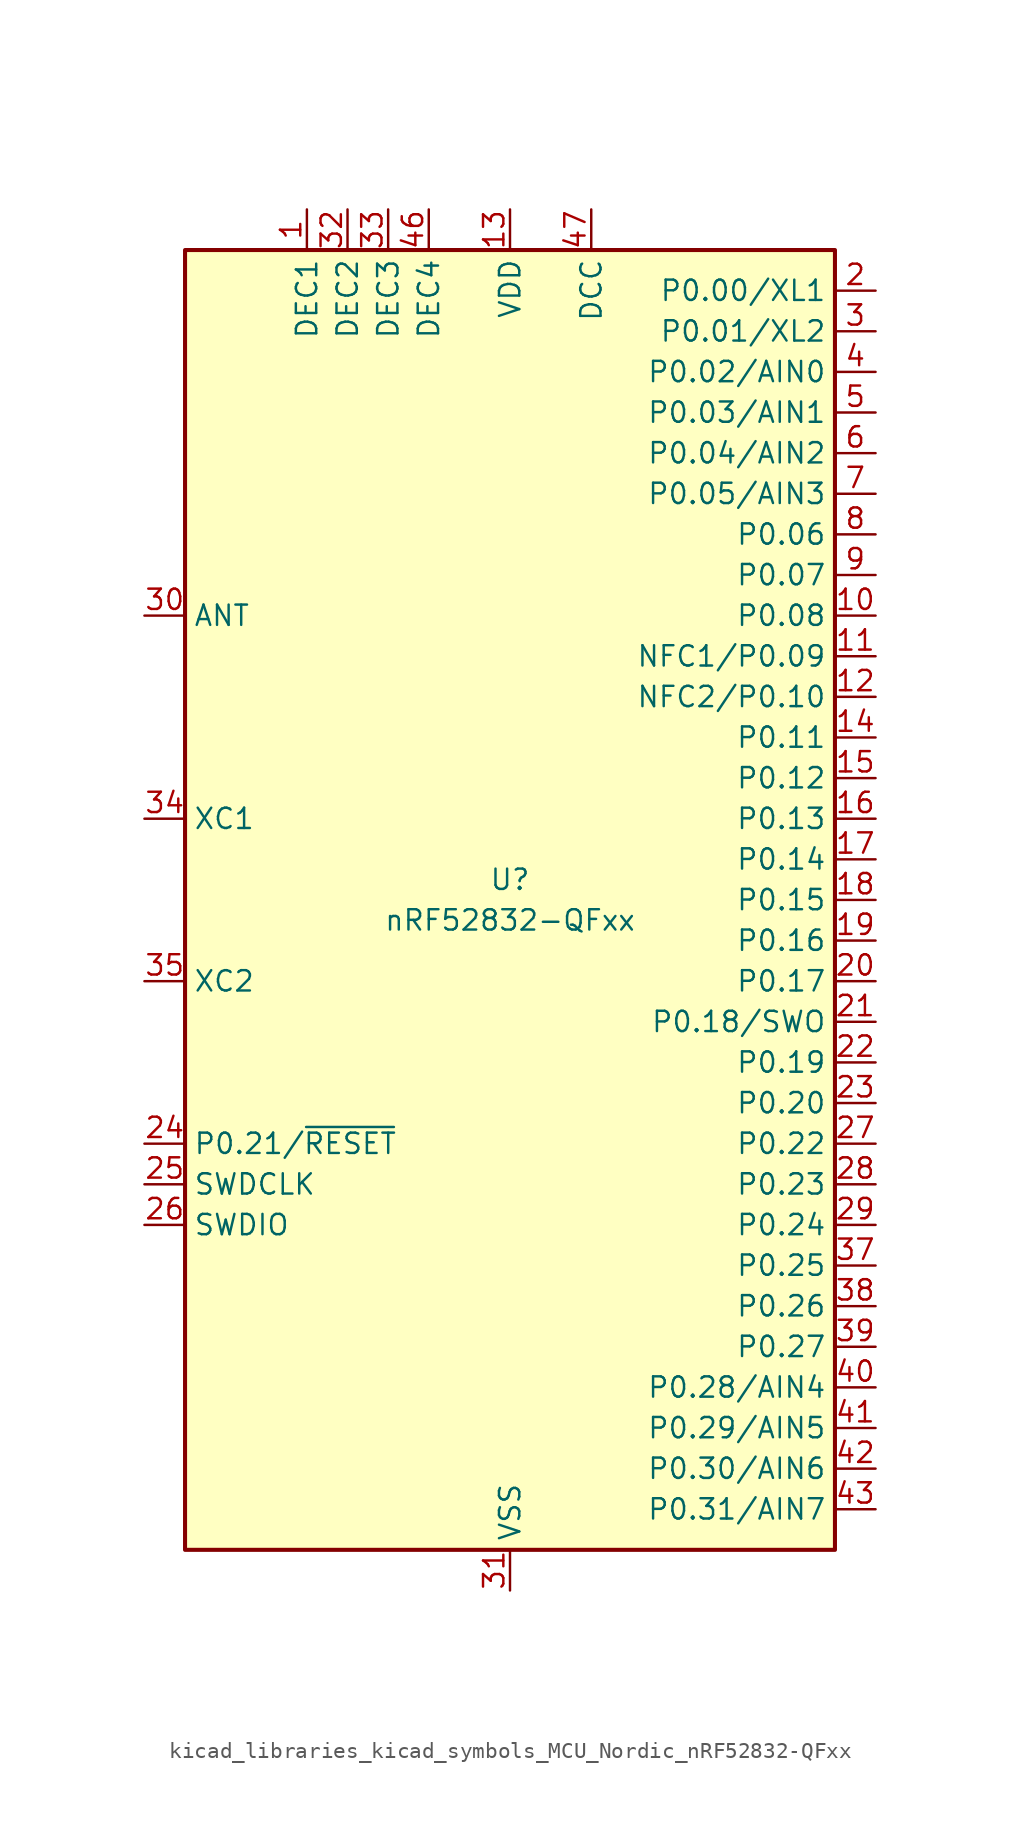
<source format=kicad_sym>
(kicad_symbol_lib
  (version 20220914)
  (generator kicad_symbol_editor)
  (symbol "kicad_libraries_kicad_symbols_MCU_Nordic_nRF52832-QFxx"
    (property "Reference" "U"
      (at 0 1.27 0)
      (effects (font (size 1.27 1.27))))
    (property "Value" "nRF52832-QFxx"
      (at 0 -1.27 0)
      (effects (font (size 1.27 1.27))))
    (symbol "kicad_libraries_kicad_symbols_MCU_Nordic_nRF52832-QFxx_0_1"
      (rectangle (start -20.32 40.64) (end 20.32 -40.64) (stroke (width 0.254) (type default)) (fill (type background))))
    (symbol "kicad_libraries_kicad_symbols_MCU_Nordic_nRF52832-QFxx_1_1"
      (pin passive line (at -12.7 43.18 270) (length 2.54) (name "DEC1" (effects (font (size 1.27 1.27)))) (number "1" (effects (font (size 1.27 1.27)))))
      (pin bidirectional line (at 22.86 17.78 180) (length 2.54) (name "P0.08" (effects (font (size 1.27 1.27)))) (number "10" (effects (font (size 1.27 1.27)))))
      (pin bidirectional line (at 22.86 15.24 180) (length 2.54) (name "NFC1/P0.09" (effects (font (size 1.27 1.27)))) (number "11" (effects (font (size 1.27 1.27)))))
      (pin bidirectional line (at 22.86 12.7 180) (length 2.54) (name "NFC2/P0.10" (effects (font (size 1.27 1.27)))) (number "12" (effects (font (size 1.27 1.27)))))
      (pin power_in line (at 0 43.18 270) (length 2.54) (name "VDD" (effects (font (size 1.27 1.27)))) (number "13" (effects (font (size 1.27 1.27)))))
      (pin bidirectional line (at 22.86 10.16 180) (length 2.54) (name "P0.11" (effects (font (size 1.27 1.27)))) (number "14" (effects (font (size 1.27 1.27)))))
      (pin bidirectional line (at 22.86 7.62 180) (length 2.54) (name "P0.12" (effects (font (size 1.27 1.27)))) (number "15" (effects (font (size 1.27 1.27)))))
      (pin bidirectional line (at 22.86 5.08 180) (length 2.54) (name "P0.13" (effects (font (size 1.27 1.27)))) (number "16" (effects (font (size 1.27 1.27)))))
      (pin bidirectional line (at 22.86 2.54 180) (length 2.54) (name "P0.14" (effects (font (size 1.27 1.27)))) (number "17" (effects (font (size 1.27 1.27)))))
      (pin bidirectional line (at 22.86 0 180) (length 2.54) (name "P0.15" (effects (font (size 1.27 1.27)))) (number "18" (effects (font (size 1.27 1.27)))))
      (pin bidirectional line (at 22.86 -2.54 180) (length 2.54) (name "P0.16" (effects (font (size 1.27 1.27)))) (number "19" (effects (font (size 1.27 1.27)))))
      (pin bidirectional line (at 22.86 38.1 180) (length 2.54) (name "P0.00/XL1" (effects (font (size 1.27 1.27)))) (number "2" (effects (font (size 1.27 1.27)))))
      (pin bidirectional line (at 22.86 -5.08 180) (length 2.54) (name "P0.17" (effects (font (size 1.27 1.27)))) (number "20" (effects (font (size 1.27 1.27)))))
      (pin bidirectional line (at 22.86 -7.62 180) (length 2.54) (name "P0.18/SWO" (effects (font (size 1.27 1.27)))) (number "21" (effects (font (size 1.27 1.27)))))
      (pin bidirectional line (at 22.86 -10.16 180) (length 2.54) (name "P0.19" (effects (font (size 1.27 1.27)))) (number "22" (effects (font (size 1.27 1.27)))))
      (pin bidirectional line (at 22.86 -12.7 180) (length 2.54) (name "P0.20" (effects (font (size 1.27 1.27)))) (number "23" (effects (font (size 1.27 1.27)))))
      (pin bidirectional line (at -22.86 -15.24 0) (length 2.54) (name "P0.21/~{RESET}" (effects (font (size 1.27 1.27)))) (number "24" (effects (font (size 1.27 1.27)))))
      (pin input line (at -22.86 -17.78 0) (length 2.54) (name "SWDCLK" (effects (font (size 1.27 1.27)))) (number "25" (effects (font (size 1.27 1.27)))))
      (pin bidirectional line (at -22.86 -20.32 0) (length 2.54) (name "SWDIO" (effects (font (size 1.27 1.27)))) (number "26" (effects (font (size 1.27 1.27)))))
      (pin bidirectional line (at 22.86 -15.24 180) (length 2.54) (name "P0.22" (effects (font (size 1.27 1.27)))) (number "27" (effects (font (size 1.27 1.27)))))
      (pin bidirectional line (at 22.86 -17.78 180) (length 2.54) (name "P0.23" (effects (font (size 1.27 1.27)))) (number "28" (effects (font (size 1.27 1.27)))))
      (pin bidirectional line (at 22.86 -20.32 180) (length 2.54) (name "P0.24" (effects (font (size 1.27 1.27)))) (number "29" (effects (font (size 1.27 1.27)))))
      (pin bidirectional line (at 22.86 35.56 180) (length 2.54) (name "P0.01/XL2" (effects (font (size 1.27 1.27)))) (number "3" (effects (font (size 1.27 1.27)))))
      (pin passive line (at -22.86 17.78 0) (length 2.54) (name "ANT" (effects (font (size 1.27 1.27)))) (number "30" (effects (font (size 1.27 1.27)))))
      (pin power_in line (at 0 -43.18 90) (length 2.54) (name "VSS" (effects (font (size 1.27 1.27)))) (number "31" (effects (font (size 1.27 1.27)))))
      (pin passive line (at -10.16 43.18 270) (length 2.54) (name "DEC2" (effects (font (size 1.27 1.27)))) (number "32" (effects (font (size 1.27 1.27)))))
      (pin passive line (at -7.62 43.18 270) (length 2.54) (name "DEC3" (effects (font (size 1.27 1.27)))) (number "33" (effects (font (size 1.27 1.27)))))
      (pin input line (at -22.86 5.08 0) (length 2.54) (name "XC1" (effects (font (size 1.27 1.27)))) (number "34" (effects (font (size 1.27 1.27)))))
      (pin input line (at -22.86 -5.08 0) (length 2.54) (name "XC2" (effects (font (size 1.27 1.27)))) (number "35" (effects (font (size 1.27 1.27)))))
      (pin passive line (at 0 43.18 270) (length 2.54) hide (name "VDD" (effects (font (size 1.27 1.27)))) (number "36" (effects (font (size 1.27 1.27)))))
      (pin bidirectional line (at 22.86 -22.86 180) (length 2.54) (name "P0.25" (effects (font (size 1.27 1.27)))) (number "37" (effects (font (size 1.27 1.27)))))
      (pin bidirectional line (at 22.86 -25.4 180) (length 2.54) (name "P0.26" (effects (font (size 1.27 1.27)))) (number "38" (effects (font (size 1.27 1.27)))))
      (pin bidirectional line (at 22.86 -27.94 180) (length 2.54) (name "P0.27" (effects (font (size 1.27 1.27)))) (number "39" (effects (font (size 1.27 1.27)))))
      (pin bidirectional line (at 22.86 33.02 180) (length 2.54) (name "P0.02/AIN0" (effects (font (size 1.27 1.27)))) (number "4" (effects (font (size 1.27 1.27)))))
      (pin bidirectional line (at 22.86 -30.48 180) (length 2.54) (name "P0.28/AIN4" (effects (font (size 1.27 1.27)))) (number "40" (effects (font (size 1.27 1.27)))))
      (pin bidirectional line (at 22.86 -33.02 180) (length 2.54) (name "P0.29/AIN5" (effects (font (size 1.27 1.27)))) (number "41" (effects (font (size 1.27 1.27)))))
      (pin bidirectional line (at 22.86 -35.56 180) (length 2.54) (name "P0.30/AIN6" (effects (font (size 1.27 1.27)))) (number "42" (effects (font (size 1.27 1.27)))))
      (pin bidirectional line (at 22.86 -38.1 180) (length 2.54) (name "P0.31/AIN7" (effects (font (size 1.27 1.27)))) (number "43" (effects (font (size 1.27 1.27)))))
      (pin no_connect line (at -20.32 -30.48 0) (length 2.54) hide (name "NC" (effects (font (size 1.27 1.27)))) (number "44" (effects (font (size 1.27 1.27)))))
      (pin passive line (at 0 -43.18 90) (length 2.54) hide (name "VSS" (effects (font (size 1.27 1.27)))) (number "45" (effects (font (size 1.27 1.27)))))
      (pin passive line (at -5.08 43.18 270) (length 2.54) (name "DEC4" (effects (font (size 1.27 1.27)))) (number "46" (effects (font (size 1.27 1.27)))))
      (pin power_out line (at 5.08 43.18 270) (length 2.54) (name "DCC" (effects (font (size 1.27 1.27)))) (number "47" (effects (font (size 1.27 1.27)))))
      (pin passive line (at 0 43.18 270) (length 2.54) hide (name "VDD" (effects (font (size 1.27 1.27)))) (number "48" (effects (font (size 1.27 1.27)))))
      (pin passive line (at 0 -43.18 90) (length 2.54) hide (name "VSS" (effects (font (size 1.27 1.27)))) (number "49" (effects (font (size 1.27 1.27)))))
      (pin bidirectional line (at 22.86 30.48 180) (length 2.54) (name "P0.03/AIN1" (effects (font (size 1.27 1.27)))) (number "5" (effects (font (size 1.27 1.27)))))
      (pin bidirectional line (at 22.86 27.94 180) (length 2.54) (name "P0.04/AIN2" (effects (font (size 1.27 1.27)))) (number "6" (effects (font (size 1.27 1.27)))))
      (pin bidirectional line (at 22.86 25.4 180) (length 2.54) (name "P0.05/AIN3" (effects (font (size 1.27 1.27)))) (number "7" (effects (font (size 1.27 1.27)))))
      (pin bidirectional line (at 22.86 22.86 180) (length 2.54) (name "P0.06" (effects (font (size 1.27 1.27)))) (number "8" (effects (font (size 1.27 1.27)))))
      (pin bidirectional line (at 22.86 20.32 180) (length 2.54) (name "P0.07" (effects (font (size 1.27 1.27)))) (number "9" (effects (font (size 1.27 1.27))))))))
</source>
